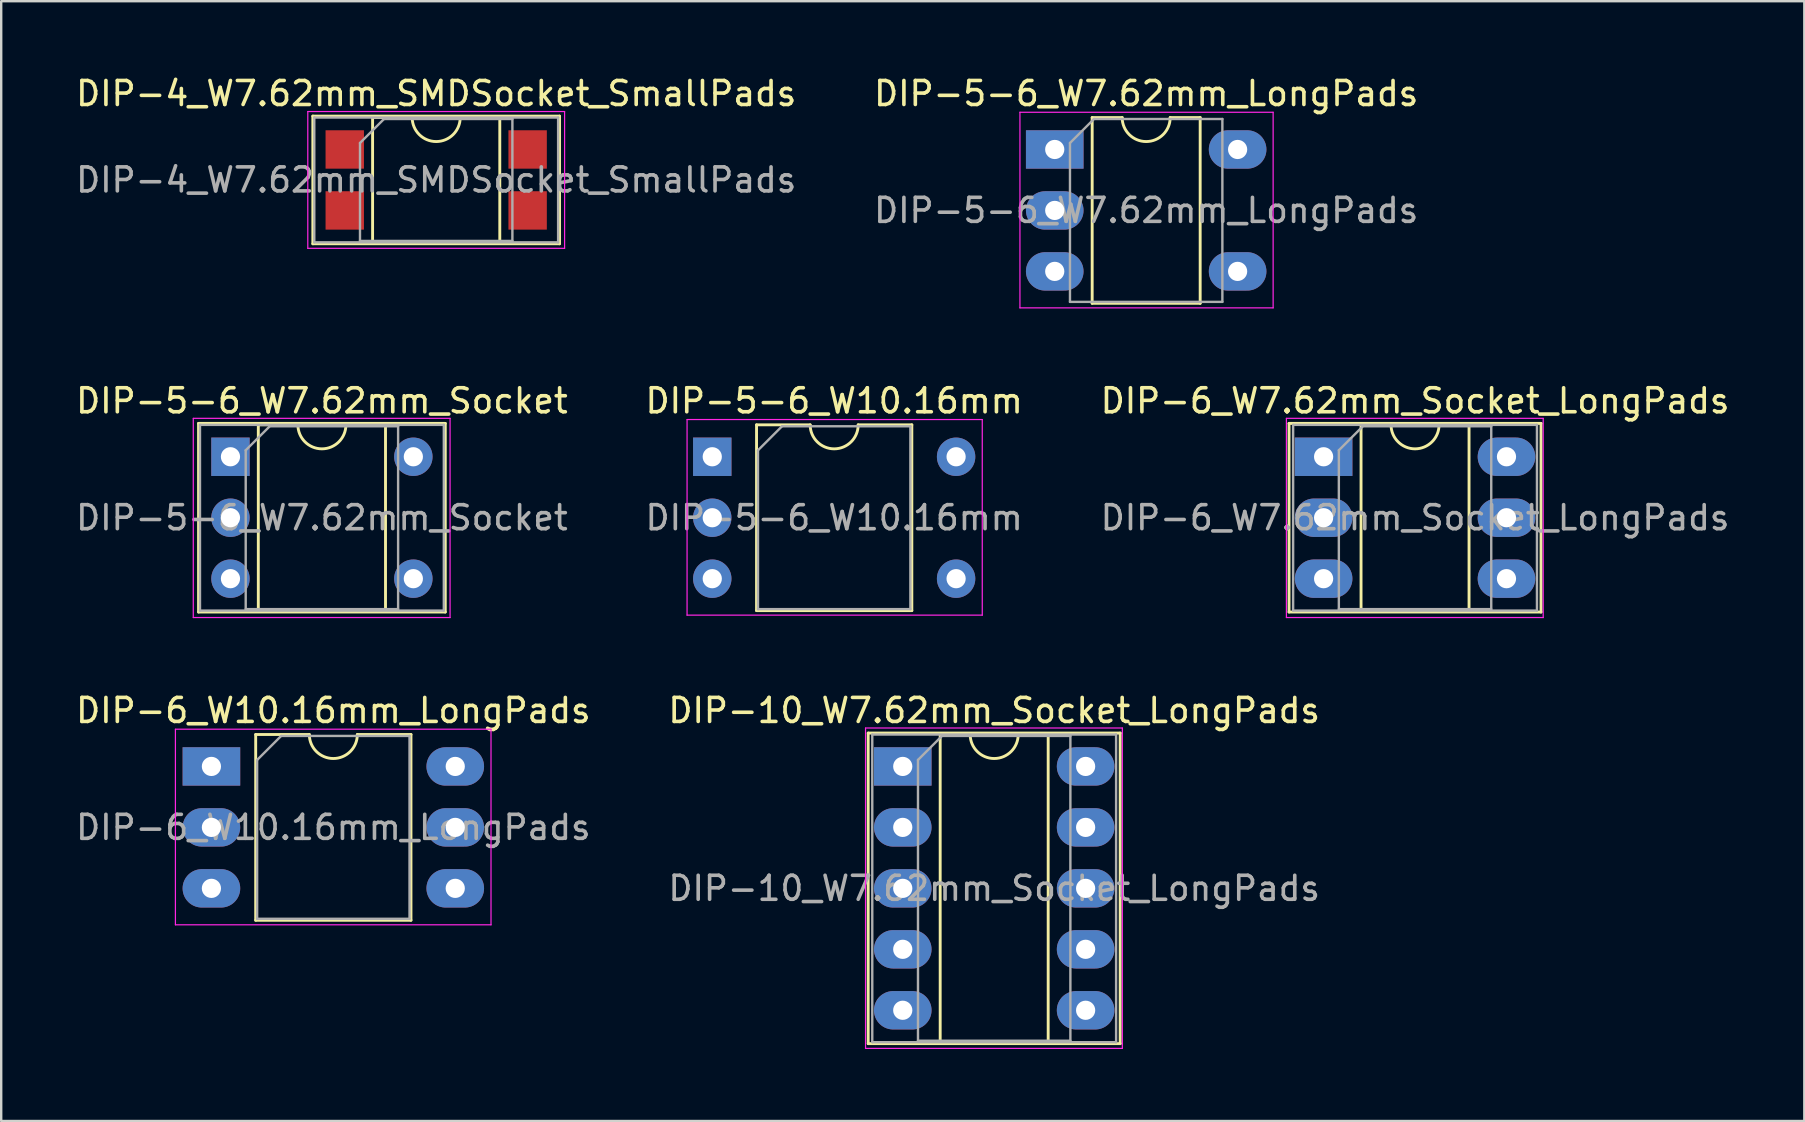
<source format=kicad_pcb>
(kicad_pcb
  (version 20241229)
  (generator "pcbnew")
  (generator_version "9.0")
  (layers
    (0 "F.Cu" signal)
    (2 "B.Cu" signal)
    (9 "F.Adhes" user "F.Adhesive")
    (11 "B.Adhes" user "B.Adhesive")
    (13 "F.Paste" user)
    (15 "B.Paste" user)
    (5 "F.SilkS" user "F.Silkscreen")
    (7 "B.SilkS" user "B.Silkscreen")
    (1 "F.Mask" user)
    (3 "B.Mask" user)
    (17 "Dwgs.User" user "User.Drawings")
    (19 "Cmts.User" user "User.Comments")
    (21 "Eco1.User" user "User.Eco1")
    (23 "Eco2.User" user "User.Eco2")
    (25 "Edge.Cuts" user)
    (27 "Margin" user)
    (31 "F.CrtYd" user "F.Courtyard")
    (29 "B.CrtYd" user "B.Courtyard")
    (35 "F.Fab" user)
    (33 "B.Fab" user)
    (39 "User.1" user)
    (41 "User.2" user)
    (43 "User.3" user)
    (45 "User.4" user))
  (footprint "DIP-5-6_W7.62mm_LongPads"
    (layer "F.Cu")
    (at 40.898 3.178)
    (property "Reference" "DIP-5-6_W7.62mm_LongPads" (at 3.81 -2.33 0) (layer "F.SilkS") (effects (font (size 1 1) (thickness 0.15))))
    (attr through_hole)
    (fp_line (start 1.56 -1.33) (end 1.56 6.41) (stroke (width 0.12) (type solid)) (layer "F.SilkS"))
    (fp_line (start 1.56 6.41) (end 6.06 6.41) (stroke (width 0.12) (type solid)) (layer "F.SilkS"))
    (fp_line (start 2.81 -1.33) (end 1.56 -1.33) (stroke (width 0.12) (type solid)) (layer "F.SilkS"))
    (fp_line (start 6.06 -1.33) (end 4.81 -1.33) (stroke (width 0.12) (type solid)) (layer "F.SilkS"))
    (fp_line (start 6.06 6.41) (end 6.06 -1.33) (stroke (width 0.12) (type solid)) (layer "F.SilkS"))
    (fp_arc (start 4.81 -1.33) (mid 3.81 -0.33) (end 2.81 -1.33) (stroke (width 0.12) (type solid)) (layer "F.SilkS"))
    (fp_line (start -1.45 -1.55) (end -1.45 6.6) (stroke (width 0.05) (type solid)) (layer "F.CrtYd"))
    (fp_line (start -1.45 6.6) (end 9.1 6.6) (stroke (width 0.05) (type solid)) (layer "F.CrtYd"))
    (fp_line (start 9.1 -1.55) (end -1.45 -1.55) (stroke (width 0.05) (type solid)) (layer "F.CrtYd"))
    (fp_line (start 9.1 6.6) (end 9.1 -1.55) (stroke (width 0.05) (type solid)) (layer "F.CrtYd"))
    (fp_line (start 0.635 -0.27) (end 1.635 -1.27) (stroke (width 0.1) (type solid)) (layer "F.Fab"))
    (fp_line (start 0.635 6.35) (end 0.635 -0.27) (stroke (width 0.1) (type solid)) (layer "F.Fab"))
    (fp_line (start 1.635 -1.27) (end 6.985 -1.27) (stroke (width 0.1) (type solid)) (layer "F.Fab"))
    (fp_line (start 6.985 -1.27) (end 6.985 6.35) (stroke (width 0.1) (type solid)) (layer "F.Fab"))
    (fp_line (start 6.985 6.35) (end 0.635 6.35) (stroke (width 0.1) (type solid)) (layer "F.Fab"))
    (fp_text user "${REFERENCE}" (at 3.81 2.54 0) (layer "F.Fab") (effects (font (size 1 1) (thickness 0.15))))
    (pad "1" thru_hole rect (at 0 0) (size 2.4 1.6) (drill 0.8) (layers "*.Cu" "*.Mask"))
    (pad "2" thru_hole oval (at 0 2.54) (size 2.4 1.6) (drill 0.8) (layers "*.Cu" "*.Mask"))
    (pad "3" thru_hole oval (at 0 5.08) (size 2.4 1.6) (drill 0.8) (layers "*.Cu" "*.Mask"))
    (pad "4" thru_hole oval (at 7.62 5.08) (size 2.4 1.6) (drill 0.8) (layers "*.Cu" "*.Mask"))
    (pad "6" thru_hole oval (at 7.62 0) (size 2.4 1.6) (drill 0.8) (layers "*.Cu" "*.Mask")))
  (footprint "DIP-5-6_W10.16mm"
    (layer "F.Cu")
    (at 26.628 15.982)
    (property "Reference" "DIP-5-6_W10.16mm" (at 5.08 -2.33 0) (layer "F.SilkS") (effects (font (size 1 1) (thickness 0.15))))
    (attr through_hole)
    (fp_line (start 1.845 -1.33) (end 1.845 6.41) (stroke (width 0.12) (type solid)) (layer "F.SilkS"))
    (fp_line (start 1.845 6.41) (end 8.315 6.41) (stroke (width 0.12) (type solid)) (layer "F.SilkS"))
    (fp_line (start 4.08 -1.33) (end 1.845 -1.33) (stroke (width 0.12) (type solid)) (layer "F.SilkS"))
    (fp_line (start 8.315 -1.33) (end 6.08 -1.33) (stroke (width 0.12) (type solid)) (layer "F.SilkS"))
    (fp_line (start 8.315 6.41) (end 8.315 -1.33) (stroke (width 0.12) (type solid)) (layer "F.SilkS"))
    (fp_arc (start 6.08 -1.33) (mid 5.08 -0.33) (end 4.08 -1.33) (stroke (width 0.12) (type solid)) (layer "F.SilkS"))
    (fp_line (start -1.05 -1.55) (end -1.05 6.6) (stroke (width 0.05) (type solid)) (layer "F.CrtYd"))
    (fp_line (start -1.05 6.6) (end 11.25 6.6) (stroke (width 0.05) (type solid)) (layer "F.CrtYd"))
    (fp_line (start 11.25 -1.55) (end -1.05 -1.55) (stroke (width 0.05) (type solid)) (layer "F.CrtYd"))
    (fp_line (start 11.25 6.6) (end 11.25 -1.55) (stroke (width 0.05) (type solid)) (layer "F.CrtYd"))
    (fp_line (start 1.905 -0.27) (end 2.905 -1.27) (stroke (width 0.1) (type solid)) (layer "F.Fab"))
    (fp_line (start 1.905 6.35) (end 1.905 -0.27) (stroke (width 0.1) (type solid)) (layer "F.Fab"))
    (fp_line (start 2.905 -1.27) (end 8.255 -1.27) (stroke (width 0.1) (type solid)) (layer "F.Fab"))
    (fp_line (start 8.255 -1.27) (end 8.255 6.35) (stroke (width 0.1) (type solid)) (layer "F.Fab"))
    (fp_line (start 8.255 6.35) (end 1.905 6.35) (stroke (width 0.1) (type solid)) (layer "F.Fab"))
    (fp_text user "${REFERENCE}" (at 5.08 2.54 0) (layer "F.Fab") (effects (font (size 1 1) (thickness 0.15))))
    (pad "1" thru_hole rect (at 0 0) (size 1.6 1.6) (drill 0.8) (layers "*.Cu" "*.Mask"))
    (pad "2" thru_hole oval (at 0 2.54) (size 1.6 1.6) (drill 0.8) (layers "*.Cu" "*.Mask"))
    (pad "3" thru_hole oval (at 0 5.08) (size 1.6 1.6) (drill 0.8) (layers "*.Cu" "*.Mask"))
    (pad "4" thru_hole oval (at 10.16 5.08) (size 1.6 1.6) (drill 0.8) (layers "*.Cu" "*.Mask"))
    (pad "6" thru_hole oval (at 10.16 0) (size 1.6 1.6) (drill 0.8) (layers "*.Cu" "*.Mask")))
  (footprint "DIP-4_W7.62mm_SMDSocket_SmallPads"
    (layer "F.Cu")
    (at 15.125 4.448)
    (property "Reference" "DIP-4_W7.62mm_SMDSocket_SmallPads" (at 0 -3.6 0) (layer "F.SilkS") (effects (font (size 1 1) (thickness 0.15))))
    (attr smd)
    (fp_line (start -5.14 -2.66) (end -5.14 2.66) (stroke (width 0.12) (type solid)) (layer "F.SilkS"))
    (fp_line (start -5.14 2.66) (end 5.14 2.66) (stroke (width 0.12) (type solid)) (layer "F.SilkS"))
    (fp_line (start -2.65 -2.6) (end -2.65 2.6) (stroke (width 0.12) (type solid)) (layer "F.SilkS"))
    (fp_line (start -2.65 2.6) (end 2.65 2.6) (stroke (width 0.12) (type solid)) (layer "F.SilkS"))
    (fp_line (start -1 -2.6) (end -2.65 -2.6) (stroke (width 0.12) (type solid)) (layer "F.SilkS"))
    (fp_line (start 2.65 -2.6) (end 1 -2.6) (stroke (width 0.12) (type solid)) (layer "F.SilkS"))
    (fp_line (start 2.65 2.6) (end 2.65 -2.6) (stroke (width 0.12) (type solid)) (layer "F.SilkS"))
    (fp_line (start 5.14 -2.66) (end -5.14 -2.66) (stroke (width 0.12) (type solid)) (layer "F.SilkS"))
    (fp_line (start 5.14 2.66) (end 5.14 -2.66) (stroke (width 0.12) (type solid)) (layer "F.SilkS"))
    (fp_arc (start 1 -2.6) (mid 0 -1.6) (end -1 -2.6) (stroke (width 0.12) (type solid)) (layer "F.SilkS"))
    (fp_line (start -5.35 -2.85) (end -5.35 2.85) (stroke (width 0.05) (type solid)) (layer "F.CrtYd"))
    (fp_line (start -5.35 2.85) (end 5.35 2.85) (stroke (width 0.05) (type solid)) (layer "F.CrtYd"))
    (fp_line (start 5.35 -2.85) (end -5.35 -2.85) (stroke (width 0.05) (type solid)) (layer "F.CrtYd"))
    (fp_line (start 5.35 2.85) (end 5.35 -2.85) (stroke (width 0.05) (type solid)) (layer "F.CrtYd"))
    (fp_line (start -5.08 -2.6) (end -5.08 2.6) (stroke (width 0.1) (type solid)) (layer "F.Fab"))
    (fp_line (start -5.08 2.6) (end 5.08 2.6) (stroke (width 0.1) (type solid)) (layer "F.Fab"))
    (fp_line (start -3.175 -1.54) (end -2.175 -2.54) (stroke (width 0.1) (type solid)) (layer "F.Fab"))
    (fp_line (start -3.175 2.54) (end -3.175 -1.54) (stroke (width 0.1) (type solid)) (layer "F.Fab"))
    (fp_line (start -2.175 -2.54) (end 3.175 -2.54) (stroke (width 0.1) (type solid)) (layer "F.Fab"))
    (fp_line (start 3.175 -2.54) (end 3.175 2.54) (stroke (width 0.1) (type solid)) (layer "F.Fab"))
    (fp_line (start 3.175 2.54) (end -3.175 2.54) (stroke (width 0.1) (type solid)) (layer "F.Fab"))
    (fp_line (start 5.08 -2.6) (end -5.08 -2.6) (stroke (width 0.1) (type solid)) (layer "F.Fab"))
    (fp_line (start 5.08 2.6) (end 5.08 -2.6) (stroke (width 0.1) (type solid)) (layer "F.Fab"))
    (fp_text user "${REFERENCE}" (at 0 0 0) (layer "F.Fab") (effects (font (size 1 1) (thickness 0.15))))
    (pad "1" smd rect (at -3.81 -1.27) (size 1.6 1.6) (layers "F.Cu" "F.Mask" "F.Paste"))
    (pad "2" smd rect (at -3.81 1.27) (size 1.6 1.6) (layers "F.Cu" "F.Mask" "F.Paste"))
    (pad "3" smd rect (at 3.81 1.27) (size 1.6 1.6) (layers "F.Cu" "F.Mask" "F.Paste"))
    (pad "4" smd rect (at 3.81 -1.27) (size 1.6 1.6) (layers "F.Cu" "F.Mask" "F.Paste")))
  (footprint "DIP-10_W7.62mm_Socket_LongPads"
    (layer "F.Cu")
    (at 34.565 28.885)
    (property "Reference" "DIP-10_W7.62mm_Socket_LongPads" (at 3.81 -2.33 0) (layer "F.SilkS") (effects (font (size 1 1) (thickness 0.15))))
    (attr through_hole)
    (fp_line (start -1.44 -1.39) (end -1.44 11.55) (stroke (width 0.12) (type solid)) (layer "F.SilkS"))
    (fp_line (start -1.44 11.55) (end 9.06 11.55) (stroke (width 0.12) (type solid)) (layer "F.SilkS"))
    (fp_line (start 1.56 -1.33) (end 1.56 11.49) (stroke (width 0.12) (type solid)) (layer "F.SilkS"))
    (fp_line (start 1.56 11.49) (end 6.06 11.49) (stroke (width 0.12) (type solid)) (layer "F.SilkS"))
    (fp_line (start 2.81 -1.33) (end 1.56 -1.33) (stroke (width 0.12) (type solid)) (layer "F.SilkS"))
    (fp_line (start 6.06 -1.33) (end 4.81 -1.33) (stroke (width 0.12) (type solid)) (layer "F.SilkS"))
    (fp_line (start 6.06 11.49) (end 6.06 -1.33) (stroke (width 0.12) (type solid)) (layer "F.SilkS"))
    (fp_line (start 9.06 -1.39) (end -1.44 -1.39) (stroke (width 0.12) (type solid)) (layer "F.SilkS"))
    (fp_line (start 9.06 11.55) (end 9.06 -1.39) (stroke (width 0.12) (type solid)) (layer "F.SilkS"))
    (fp_arc (start 4.81 -1.33) (mid 3.81 -0.33) (end 2.81 -1.33) (stroke (width 0.12) (type solid)) (layer "F.SilkS"))
    (fp_line (start -1.55 -1.6) (end -1.55 11.75) (stroke (width 0.05) (type solid)) (layer "F.CrtYd"))
    (fp_line (start -1.55 11.75) (end 9.15 11.75) (stroke (width 0.05) (type solid)) (layer "F.CrtYd"))
    (fp_line (start 9.15 -1.6) (end -1.55 -1.6) (stroke (width 0.05) (type solid)) (layer "F.CrtYd"))
    (fp_line (start 9.15 11.75) (end 9.15 -1.6) (stroke (width 0.05) (type solid)) (layer "F.CrtYd"))
    (fp_line (start -1.27 -1.33) (end -1.27 11.49) (stroke (width 0.1) (type solid)) (layer "F.Fab"))
    (fp_line (start -1.27 11.49) (end 8.89 11.49) (stroke (width 0.1) (type solid)) (layer "F.Fab"))
    (fp_line (start 0.635 -0.27) (end 1.635 -1.27) (stroke (width 0.1) (type solid)) (layer "F.Fab"))
    (fp_line (start 0.635 11.43) (end 0.635 -0.27) (stroke (width 0.1) (type solid)) (layer "F.Fab"))
    (fp_line (start 1.635 -1.27) (end 6.985 -1.27) (stroke (width 0.1) (type solid)) (layer "F.Fab"))
    (fp_line (start 6.985 -1.27) (end 6.985 11.43) (stroke (width 0.1) (type solid)) (layer "F.Fab"))
    (fp_line (start 6.985 11.43) (end 0.635 11.43) (stroke (width 0.1) (type solid)) (layer "F.Fab"))
    (fp_line (start 8.89 -1.33) (end -1.27 -1.33) (stroke (width 0.1) (type solid)) (layer "F.Fab"))
    (fp_line (start 8.89 11.49) (end 8.89 -1.33) (stroke (width 0.1) (type solid)) (layer "F.Fab"))
    (fp_text user "${REFERENCE}" (at 3.81 5.08 0) (layer "F.Fab") (effects (font (size 1 1) (thickness 0.15))))
    (pad "1" thru_hole rect (at 0 0) (size 2.4 1.6) (drill 0.8) (layers "*.Cu" "*.Mask"))
    (pad "2" thru_hole oval (at 0 2.54) (size 2.4 1.6) (drill 0.8) (layers "*.Cu" "*.Mask"))
    (pad "3" thru_hole oval (at 0 5.08) (size 2.4 1.6) (drill 0.8) (layers "*.Cu" "*.Mask"))
    (pad "4" thru_hole oval (at 0 7.62) (size 2.4 1.6) (drill 0.8) (layers "*.Cu" "*.Mask"))
    (pad "5" thru_hole oval (at 0 10.16) (size 2.4 1.6) (drill 0.8) (layers "*.Cu" "*.Mask"))
    (pad "6" thru_hole oval (at 7.62 10.16) (size 2.4 1.6) (drill 0.8) (layers "*.Cu" "*.Mask"))
    (pad "7" thru_hole oval (at 7.62 7.62) (size 2.4 1.6) (drill 0.8) (layers "*.Cu" "*.Mask"))
    (pad "8" thru_hole oval (at 7.62 5.08) (size 2.4 1.6) (drill 0.8) (layers "*.Cu" "*.Mask"))
    (pad "9" thru_hole oval (at 7.62 2.54) (size 2.4 1.6) (drill 0.8) (layers "*.Cu" "*.Mask"))
    (pad "10" thru_hole oval (at 7.62 0) (size 2.4 1.6) (drill 0.8) (layers "*.Cu" "*.Mask")))
  (footprint "DIP-6_W10.16mm_LongPads"
    (layer "F.Cu")
    (at 5.759 28.885)
    (property "Reference" "DIP-6_W10.16mm_LongPads" (at 5.08 -2.33 0) (layer "F.SilkS") (effects (font (size 1 1) (thickness 0.15))))
    (attr through_hole)
    (fp_line (start 1.845 -1.33) (end 1.845 6.41) (stroke (width 0.12) (type solid)) (layer "F.SilkS"))
    (fp_line (start 1.845 6.41) (end 8.315 6.41) (stroke (width 0.12) (type solid)) (layer "F.SilkS"))
    (fp_line (start 4.08 -1.33) (end 1.845 -1.33) (stroke (width 0.12) (type solid)) (layer "F.SilkS"))
    (fp_line (start 8.315 -1.33) (end 6.08 -1.33) (stroke (width 0.12) (type solid)) (layer "F.SilkS"))
    (fp_line (start 8.315 6.41) (end 8.315 -1.33) (stroke (width 0.12) (type solid)) (layer "F.SilkS"))
    (fp_arc (start 6.08 -1.33) (mid 5.08 -0.33) (end 4.08 -1.33) (stroke (width 0.12) (type solid)) (layer "F.SilkS"))
    (fp_line (start -1.5 -1.55) (end -1.5 6.6) (stroke (width 0.05) (type solid)) (layer "F.CrtYd"))
    (fp_line (start -1.5 6.6) (end 11.65 6.6) (stroke (width 0.05) (type solid)) (layer "F.CrtYd"))
    (fp_line (start 11.65 -1.55) (end -1.5 -1.55) (stroke (width 0.05) (type solid)) (layer "F.CrtYd"))
    (fp_line (start 11.65 6.6) (end 11.65 -1.55) (stroke (width 0.05) (type solid)) (layer "F.CrtYd"))
    (fp_line (start 1.905 -0.27) (end 2.905 -1.27) (stroke (width 0.1) (type solid)) (layer "F.Fab"))
    (fp_line (start 1.905 6.35) (end 1.905 -0.27) (stroke (width 0.1) (type solid)) (layer "F.Fab"))
    (fp_line (start 2.905 -1.27) (end 8.255 -1.27) (stroke (width 0.1) (type solid)) (layer "F.Fab"))
    (fp_line (start 8.255 -1.27) (end 8.255 6.35) (stroke (width 0.1) (type solid)) (layer "F.Fab"))
    (fp_line (start 8.255 6.35) (end 1.905 6.35) (stroke (width 0.1) (type solid)) (layer "F.Fab"))
    (fp_text user "${REFERENCE}" (at 5.08 2.54 0) (layer "F.Fab") (effects (font (size 1 1) (thickness 0.15))))
    (pad "1" thru_hole rect (at 0 0) (size 2.4 1.6) (drill 0.8) (layers "*.Cu" "*.Mask"))
    (pad "2" thru_hole oval (at 0 2.54) (size 2.4 1.6) (drill 0.8) (layers "*.Cu" "*.Mask"))
    (pad "3" thru_hole oval (at 0 5.08) (size 2.4 1.6) (drill 0.8) (layers "*.Cu" "*.Mask"))
    (pad "4" thru_hole oval (at 10.16 5.08) (size 2.4 1.6) (drill 0.8) (layers "*.Cu" "*.Mask"))
    (pad "5" thru_hole oval (at 10.16 2.54) (size 2.4 1.6) (drill 0.8) (layers "*.Cu" "*.Mask"))
    (pad "6" thru_hole oval (at 10.16 0) (size 2.4 1.6) (drill 0.8) (layers "*.Cu" "*.Mask")))
  (footprint "DIP-6_W7.62mm_Socket_LongPads"
    (layer "F.Cu")
    (at 52.101 15.982)
    (property "Reference" "DIP-6_W7.62mm_Socket_LongPads" (at 3.81 -2.33 0) (layer "F.SilkS") (effects (font (size 1 1) (thickness 0.15))))
    (attr through_hole)
    (fp_line (start -1.44 -1.39) (end -1.44 6.47) (stroke (width 0.12) (type solid)) (layer "F.SilkS"))
    (fp_line (start -1.44 6.47) (end 9.06 6.47) (stroke (width 0.12) (type solid)) (layer "F.SilkS"))
    (fp_line (start 1.56 -1.33) (end 1.56 6.41) (stroke (width 0.12) (type solid)) (layer "F.SilkS"))
    (fp_line (start 1.56 6.41) (end 6.06 6.41) (stroke (width 0.12) (type solid)) (layer "F.SilkS"))
    (fp_line (start 2.81 -1.33) (end 1.56 -1.33) (stroke (width 0.12) (type solid)) (layer "F.SilkS"))
    (fp_line (start 6.06 -1.33) (end 4.81 -1.33) (stroke (width 0.12) (type solid)) (layer "F.SilkS"))
    (fp_line (start 6.06 6.41) (end 6.06 -1.33) (stroke (width 0.12) (type solid)) (layer "F.SilkS"))
    (fp_line (start 9.06 -1.39) (end -1.44 -1.39) (stroke (width 0.12) (type solid)) (layer "F.SilkS"))
    (fp_line (start 9.06 6.47) (end 9.06 -1.39) (stroke (width 0.12) (type solid)) (layer "F.SilkS"))
    (fp_arc (start 4.81 -1.33) (mid 3.81 -0.33) (end 2.81 -1.33) (stroke (width 0.12) (type solid)) (layer "F.SilkS"))
    (fp_line (start -1.55 -1.6) (end -1.55 6.7) (stroke (width 0.05) (type solid)) (layer "F.CrtYd"))
    (fp_line (start -1.55 6.7) (end 9.15 6.7) (stroke (width 0.05) (type solid)) (layer "F.CrtYd"))
    (fp_line (start 9.15 -1.6) (end -1.55 -1.6) (stroke (width 0.05) (type solid)) (layer "F.CrtYd"))
    (fp_line (start 9.15 6.7) (end 9.15 -1.6) (stroke (width 0.05) (type solid)) (layer "F.CrtYd"))
    (fp_line (start -1.27 -1.33) (end -1.27 6.41) (stroke (width 0.1) (type solid)) (layer "F.Fab"))
    (fp_line (start -1.27 6.41) (end 8.89 6.41) (stroke (width 0.1) (type solid)) (layer "F.Fab"))
    (fp_line (start 0.635 -0.27) (end 1.635 -1.27) (stroke (width 0.1) (type solid)) (layer "F.Fab"))
    (fp_line (start 0.635 6.35) (end 0.635 -0.27) (stroke (width 0.1) (type solid)) (layer "F.Fab"))
    (fp_line (start 1.635 -1.27) (end 6.985 -1.27) (stroke (width 0.1) (type solid)) (layer "F.Fab"))
    (fp_line (start 6.985 -1.27) (end 6.985 6.35) (stroke (width 0.1) (type solid)) (layer "F.Fab"))
    (fp_line (start 6.985 6.35) (end 0.635 6.35) (stroke (width 0.1) (type solid)) (layer "F.Fab"))
    (fp_line (start 8.89 -1.33) (end -1.27 -1.33) (stroke (width 0.1) (type solid)) (layer "F.Fab"))
    (fp_line (start 8.89 6.41) (end 8.89 -1.33) (stroke (width 0.1) (type solid)) (layer "F.Fab"))
    (fp_text user "${REFERENCE}" (at 3.81 2.54 0) (layer "F.Fab") (effects (font (size 1 1) (thickness 0.15))))
    (pad "1" thru_hole rect (at 0 0) (size 2.4 1.6) (drill 0.8) (layers "*.Cu" "*.Mask"))
    (pad "2" thru_hole oval (at 0 2.54) (size 2.4 1.6) (drill 0.8) (layers "*.Cu" "*.Mask"))
    (pad "3" thru_hole oval (at 0 5.08) (size 2.4 1.6) (drill 0.8) (layers "*.Cu" "*.Mask"))
    (pad "4" thru_hole oval (at 7.62 5.08) (size 2.4 1.6) (drill 0.8) (layers "*.Cu" "*.Mask"))
    (pad "5" thru_hole oval (at 7.62 2.54) (size 2.4 1.6) (drill 0.8) (layers "*.Cu" "*.Mask"))
    (pad "6" thru_hole oval (at 7.62 0) (size 2.4 1.6) (drill 0.8) (layers "*.Cu" "*.Mask")))
  (footprint "DIP-5-6_W7.62mm_Socket"
    (layer "F.Cu")
    (at 6.553 15.982)
    (property "Reference" "DIP-5-6_W7.62mm_Socket" (at 3.81 -2.33 0) (layer "F.SilkS") (effects (font (size 1 1) (thickness 0.15))))
    (attr through_hole)
    (fp_line (start -1.33 -1.39) (end -1.33 6.47) (stroke (width 0.12) (type solid)) (layer "F.SilkS"))
    (fp_line (start -1.33 6.47) (end 8.95 6.47) (stroke (width 0.12) (type solid)) (layer "F.SilkS"))
    (fp_line (start 1.16 -1.33) (end 1.16 6.41) (stroke (width 0.12) (type solid)) (layer "F.SilkS"))
    (fp_line (start 1.16 6.41) (end 6.46 6.41) (stroke (width 0.12) (type solid)) (layer "F.SilkS"))
    (fp_line (start 2.81 -1.33) (end 1.16 -1.33) (stroke (width 0.12) (type solid)) (layer "F.SilkS"))
    (fp_line (start 6.46 -1.33) (end 4.81 -1.33) (stroke (width 0.12) (type solid)) (layer "F.SilkS"))
    (fp_line (start 6.46 6.41) (end 6.46 -1.33) (stroke (width 0.12) (type solid)) (layer "F.SilkS"))
    (fp_line (start 8.95 -1.39) (end -1.33 -1.39) (stroke (width 0.12) (type solid)) (layer "F.SilkS"))
    (fp_line (start 8.95 6.47) (end 8.95 -1.39) (stroke (width 0.12) (type solid)) (layer "F.SilkS"))
    (fp_arc (start 4.81 -1.33) (mid 3.81 -0.33) (end 2.81 -1.33) (stroke (width 0.12) (type solid)) (layer "F.SilkS"))
    (fp_line (start -1.55 -1.6) (end -1.55 6.7) (stroke (width 0.05) (type solid)) (layer "F.CrtYd"))
    (fp_line (start -1.55 6.7) (end 9.15 6.7) (stroke (width 0.05) (type solid)) (layer "F.CrtYd"))
    (fp_line (start 9.15 -1.6) (end -1.55 -1.6) (stroke (width 0.05) (type solid)) (layer "F.CrtYd"))
    (fp_line (start 9.15 6.7) (end 9.15 -1.6) (stroke (width 0.05) (type solid)) (layer "F.CrtYd"))
    (fp_line (start -1.27 -1.33) (end -1.27 6.41) (stroke (width 0.1) (type solid)) (layer "F.Fab"))
    (fp_line (start -1.27 6.41) (end 8.89 6.41) (stroke (width 0.1) (type solid)) (layer "F.Fab"))
    (fp_line (start 0.635 -0.27) (end 1.635 -1.27) (stroke (width 0.1) (type solid)) (layer "F.Fab"))
    (fp_line (start 0.635 6.35) (end 0.635 -0.27) (stroke (width 0.1) (type solid)) (layer "F.Fab"))
    (fp_line (start 1.635 -1.27) (end 6.985 -1.27) (stroke (width 0.1) (type solid)) (layer "F.Fab"))
    (fp_line (start 6.985 -1.27) (end 6.985 6.35) (stroke (width 0.1) (type solid)) (layer "F.Fab"))
    (fp_line (start 6.985 6.35) (end 0.635 6.35) (stroke (width 0.1) (type solid)) (layer "F.Fab"))
    (fp_line (start 8.89 -1.33) (end -1.27 -1.33) (stroke (width 0.1) (type solid)) (layer "F.Fab"))
    (fp_line (start 8.89 6.41) (end 8.89 -1.33) (stroke (width 0.1) (type solid)) (layer "F.Fab"))
    (fp_text user "${REFERENCE}" (at 3.81 2.54 0) (layer "F.Fab") (effects (font (size 1 1) (thickness 0.15))))
    (pad "1" thru_hole rect (at 0 0) (size 1.6 1.6) (drill 0.8) (layers "*.Cu" "*.Mask"))
    (pad "2" thru_hole oval (at 0 2.54) (size 1.6 1.6) (drill 0.8) (layers "*.Cu" "*.Mask"))
    (pad "3" thru_hole oval (at 0 5.08) (size 1.6 1.6) (drill 0.8) (layers "*.Cu" "*.Mask"))
    (pad "4" thru_hole oval (at 7.62 5.08) (size 1.6 1.6) (drill 0.8) (layers "*.Cu" "*.Mask"))
    (pad "6" thru_hole oval (at 7.62 0) (size 1.6 1.6) (drill 0.8) (layers "*.Cu" "*.Mask")))
  (gr_rect
    (start -3 -3)
    (end 72.131 43.66)
    (stroke (width 0.1) (type default))
    (fill no)
    (layer "Edge.Cuts")))
</source>
